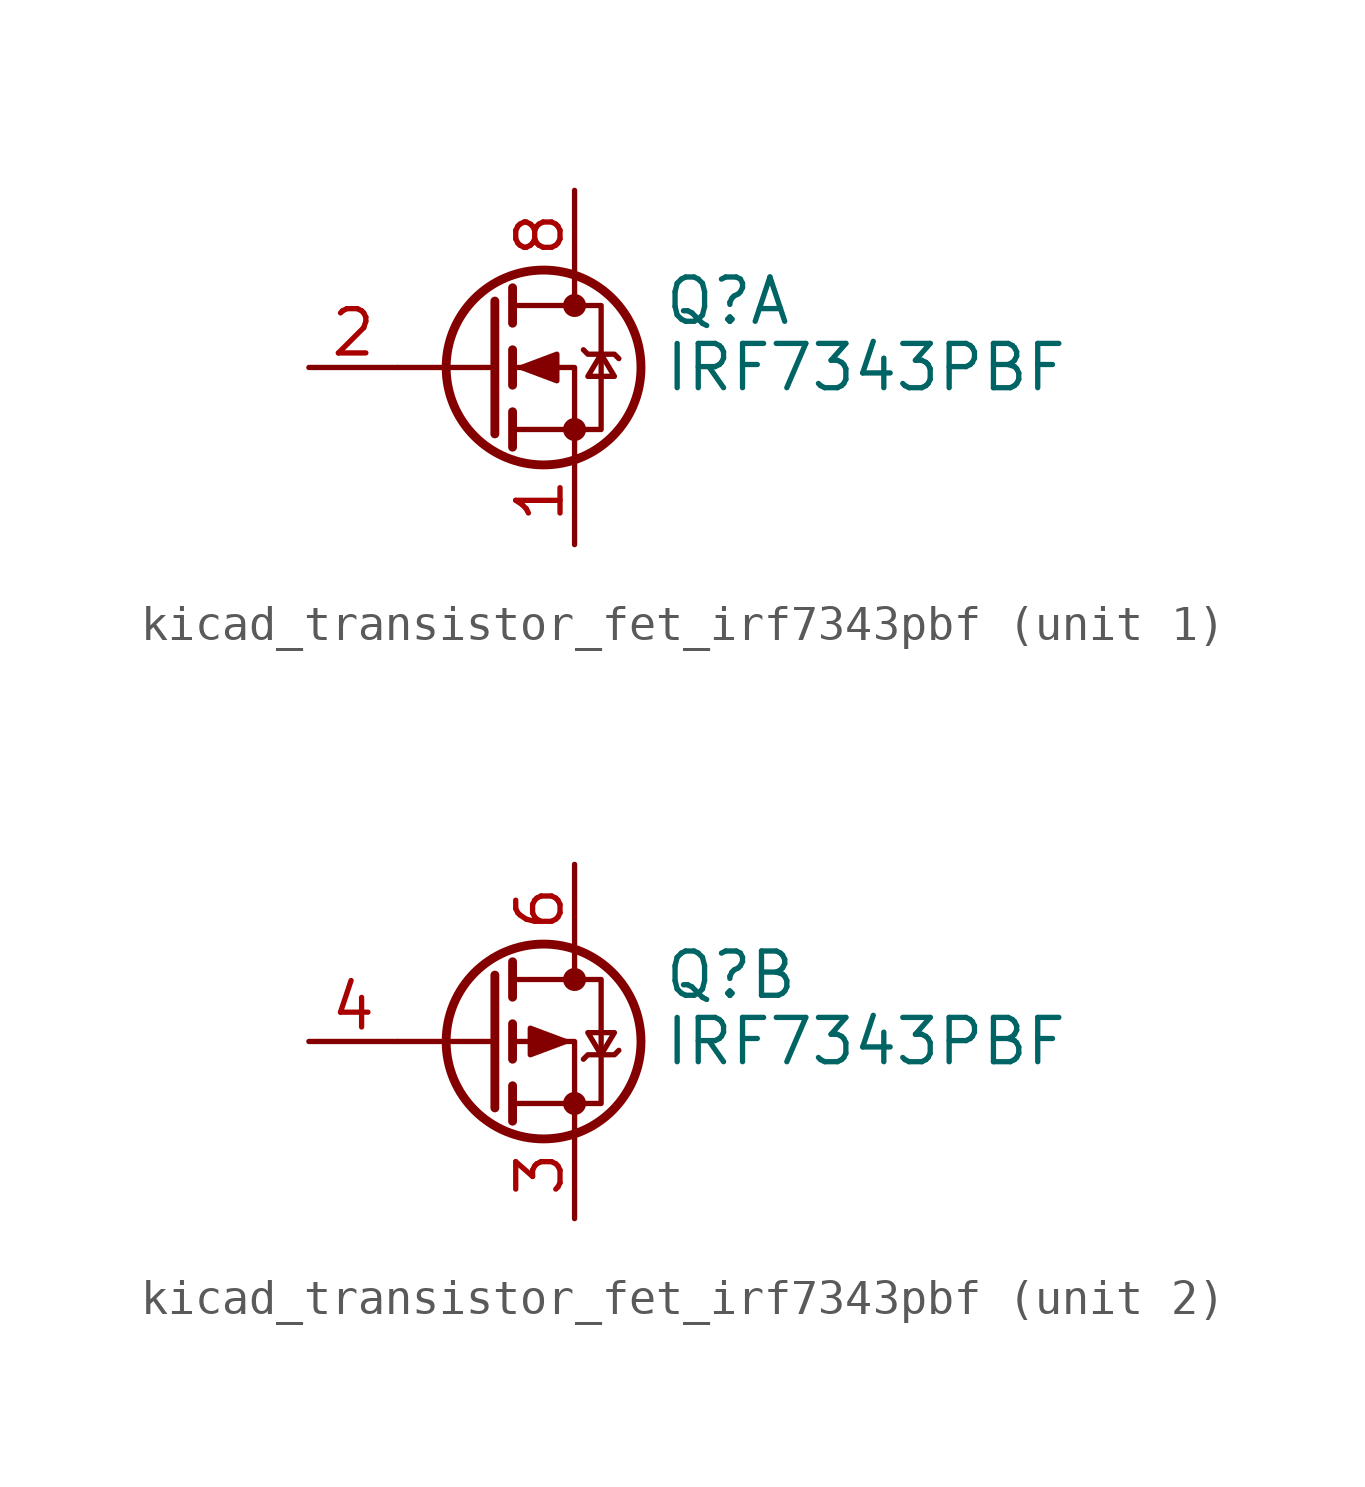
<source format=kicad_sym>
(kicad_symbol_lib
  (version 20220914)
  (generator kicad_symbol_editor)
  (symbol "kicad_transistor_fet_irf7343pbf"
    (pin_names hide)
    (property "Reference" "Q"
      (at 5.08 1.905 0)
      (effects (font (size 1.27 1.27)) (justify left)))
    (property "Value" "IRF7343PBF"
      (at 5.08 0 0)
      (effects (font (size 1.27 1.27)) (justify left)))
    (symbol "kicad_transistor_fet_irf7343pbf_0_1"
      (polyline (pts (xy 0.254 0) (xy -2.54 0)) (stroke (width 0) (type default)) (fill (type none)))
      (polyline (pts (xy 0.254 1.905) (xy 0.254 -1.905)) (stroke (width 0.254) (type default)) (fill (type none)))
      (polyline (pts (xy 0.762 -1.27) (xy 0.762 -2.286)) (stroke (width 0.254) (type default)) (fill (type none)))
      (polyline (pts (xy 0.762 0.508) (xy 0.762 -0.508)) (stroke (width 0.254) (type default)) (fill (type none)))
      (polyline (pts (xy 0.762 2.286) (xy 0.762 1.27)) (stroke (width 0.254) (type default)) (fill (type none)))
      (polyline (pts (xy 2.54 2.54) (xy 2.54 1.778)) (stroke (width 0) (type default)) (fill (type none)))
      (polyline (pts (xy 2.54 -2.54) (xy 2.54 0) (xy 0.762 0)) (stroke (width 0) (type default)) (fill (type none)))
      (polyline (pts (xy 0.762 -1.778) (xy 3.302 -1.778) (xy 3.302 1.778) (xy 0.762 1.778)) (stroke (width 0) (type default)) (fill (type none)))
      (circle (center 1.651 0) (radius 2.794) (stroke (width 0.254) (type default)) (fill (type none)))
      (circle (center 2.54 -1.778) (radius 0.254) (stroke (width 0) (type default)) (fill (type outline)))
      (circle (center 2.54 1.778) (radius 0.254) (stroke (width 0) (type default)) (fill (type outline))))
    (symbol "kicad_transistor_fet_irf7343pbf_1_1"
      (polyline (pts (xy 1.016 0) (xy 2.032 0.381) (xy 2.032 -0.381) (xy 1.016 0)) (stroke (width 0) (type default)) (fill (type outline)))
      (polyline (pts (xy 2.794 0.508) (xy 2.921 0.381) (xy 3.683 0.381) (xy 3.81 0.254)) (stroke (width 0) (type default)) (fill (type none)))
      (polyline (pts (xy 3.302 0.381) (xy 2.921 -0.254) (xy 3.683 -0.254) (xy 3.302 0.381)) (stroke (width 0) (type default)) (fill (type none)))
      (pin passive line (at 2.54 -5.08 90) (length 2.54) (name "S" (effects (font (size 1.27 1.27)))) (number "1" (effects (font (size 1.27 1.27)))))
      (pin input line (at -5.08 0 0) (length 2.54) (name "G" (effects (font (size 1.27 1.27)))) (number "2" (effects (font (size 1.27 1.27)))))
      (pin passive line (at 2.54 5.08 270) (length 2.54) hide (name "D" (effects (font (size 1.27 1.27)))) (number "7" (effects (font (size 1.27 1.27)))))
      (pin passive line (at 2.54 5.08 270) (length 2.54) (name "D" (effects (font (size 1.27 1.27)))) (number "8" (effects (font (size 1.27 1.27))))))
    (symbol "kicad_transistor_fet_irf7343pbf_2_1"
      (polyline (pts (xy 2.286 0) (xy 1.27 0.381) (xy 1.27 -0.381) (xy 2.286 0)) (stroke (width 0) (type default)) (fill (type outline)))
      (polyline (pts (xy 2.794 -0.508) (xy 2.921 -0.381) (xy 3.683 -0.381) (xy 3.81 -0.254)) (stroke (width 0) (type default)) (fill (type none)))
      (polyline (pts (xy 3.302 -0.381) (xy 2.921 0.254) (xy 3.683 0.254) (xy 3.302 -0.381)) (stroke (width 0) (type default)) (fill (type none)))
      (pin passive line (at 2.54 -5.08 90) (length 2.54) (name "1" (effects (font (size 1.27 1.27)))) (number "3" (effects (font (size 1.27 1.27)))))
      (pin input line (at -5.08 0 0) (length 2.54) (name "G" (effects (font (size 1.27 1.27)))) (number "4" (effects (font (size 1.27 1.27)))))
      (pin passive line (at 2.54 5.08 270) (length 2.54) hide (name "D" (effects (font (size 1.27 1.27)))) (number "5" (effects (font (size 1.27 1.27)))))
      (pin passive line (at 2.54 5.08 270) (length 2.54) (name "D" (effects (font (size 1.27 1.27)))) (number "6" (effects (font (size 1.27 1.27))))))))
</source>
